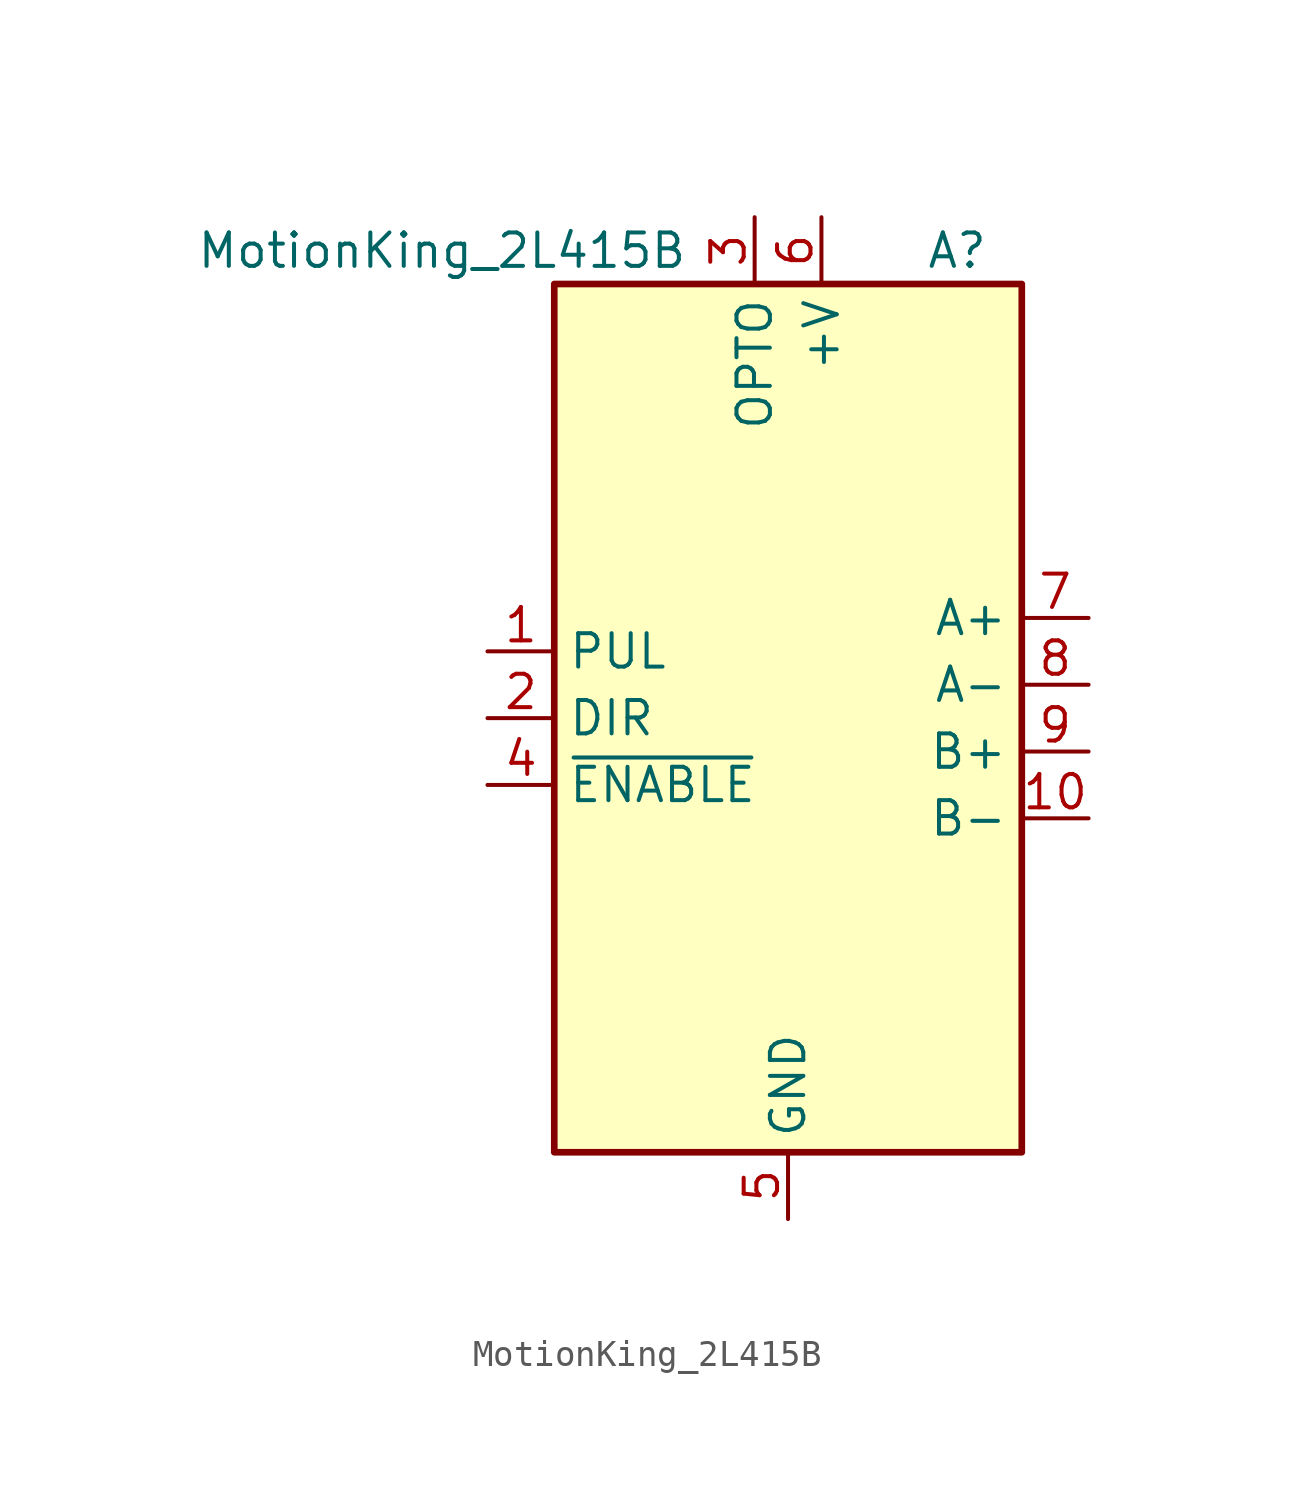
<source format=kicad_sym>
(kicad_symbol_lib
  (version 20220914)
  (generator kicad_symbol_editor)
  (symbol "MotionKing_2L415B"
    (property "Reference" "A"
      (at 7.62 17.78 0)
      (effects (font (size 1.27 1.27)) (justify right)))
    (property "Value" "MotionKing_2L415B"
      (at -3.81 17.78 0)
      (effects (font (size 1.27 1.27)) (justify right)))
    (symbol "MotionKing_2L415B_0_1"
      (rectangle (start 8.89 -16.51) (end -8.89 16.51) (stroke (width 0.254) (type default)) (fill (type background))))
    (symbol "MotionKing_2L415B_1_1"
      (pin input line (at -11.43 2.54 0) (length 2.54) (name "PUL" (effects (font (size 1.27 1.27)))) (number "1" (effects (font (size 1.27 1.27)))))
      (pin output line (at 11.43 -3.81 180) (length 2.54) (name "B-" (effects (font (size 1.27 1.27)))) (number "10" (effects (font (size 1.27 1.27)))))
      (pin input line (at -11.43 0 0) (length 2.54) (name "DIR" (effects (font (size 1.27 1.27)))) (number "2" (effects (font (size 1.27 1.27)))))
      (pin power_in line (at -1.27 19.05 270) (length 2.54) (name "OPTO" (effects (font (size 1.27 1.27)))) (number "3" (effects (font (size 1.27 1.27)))))
      (pin input line (at -11.43 -2.54 0) (length 2.54) (name "~{ENABLE}" (effects (font (size 1.27 1.27)))) (number "4" (effects (font (size 1.27 1.27)))))
      (pin power_in line (at 0 -19.05 90) (length 2.54) (name "GND" (effects (font (size 1.27 1.27)))) (number "5" (effects (font (size 1.27 1.27)))))
      (pin power_in line (at 1.27 19.05 270) (length 2.54) (name "+V" (effects (font (size 1.27 1.27)))) (number "6" (effects (font (size 1.27 1.27)))))
      (pin output line (at 11.43 3.81 180) (length 2.54) (name "A+" (effects (font (size 1.27 1.27)))) (number "7" (effects (font (size 1.27 1.27)))))
      (pin output line (at 11.43 1.27 180) (length 2.54) (name "A-" (effects (font (size 1.27 1.27)))) (number "8" (effects (font (size 1.27 1.27)))))
      (pin output line (at 11.43 -1.27 180) (length 2.54) (name "B+" (effects (font (size 1.27 1.27)))) (number "9" (effects (font (size 1.27 1.27))))))))
</source>
